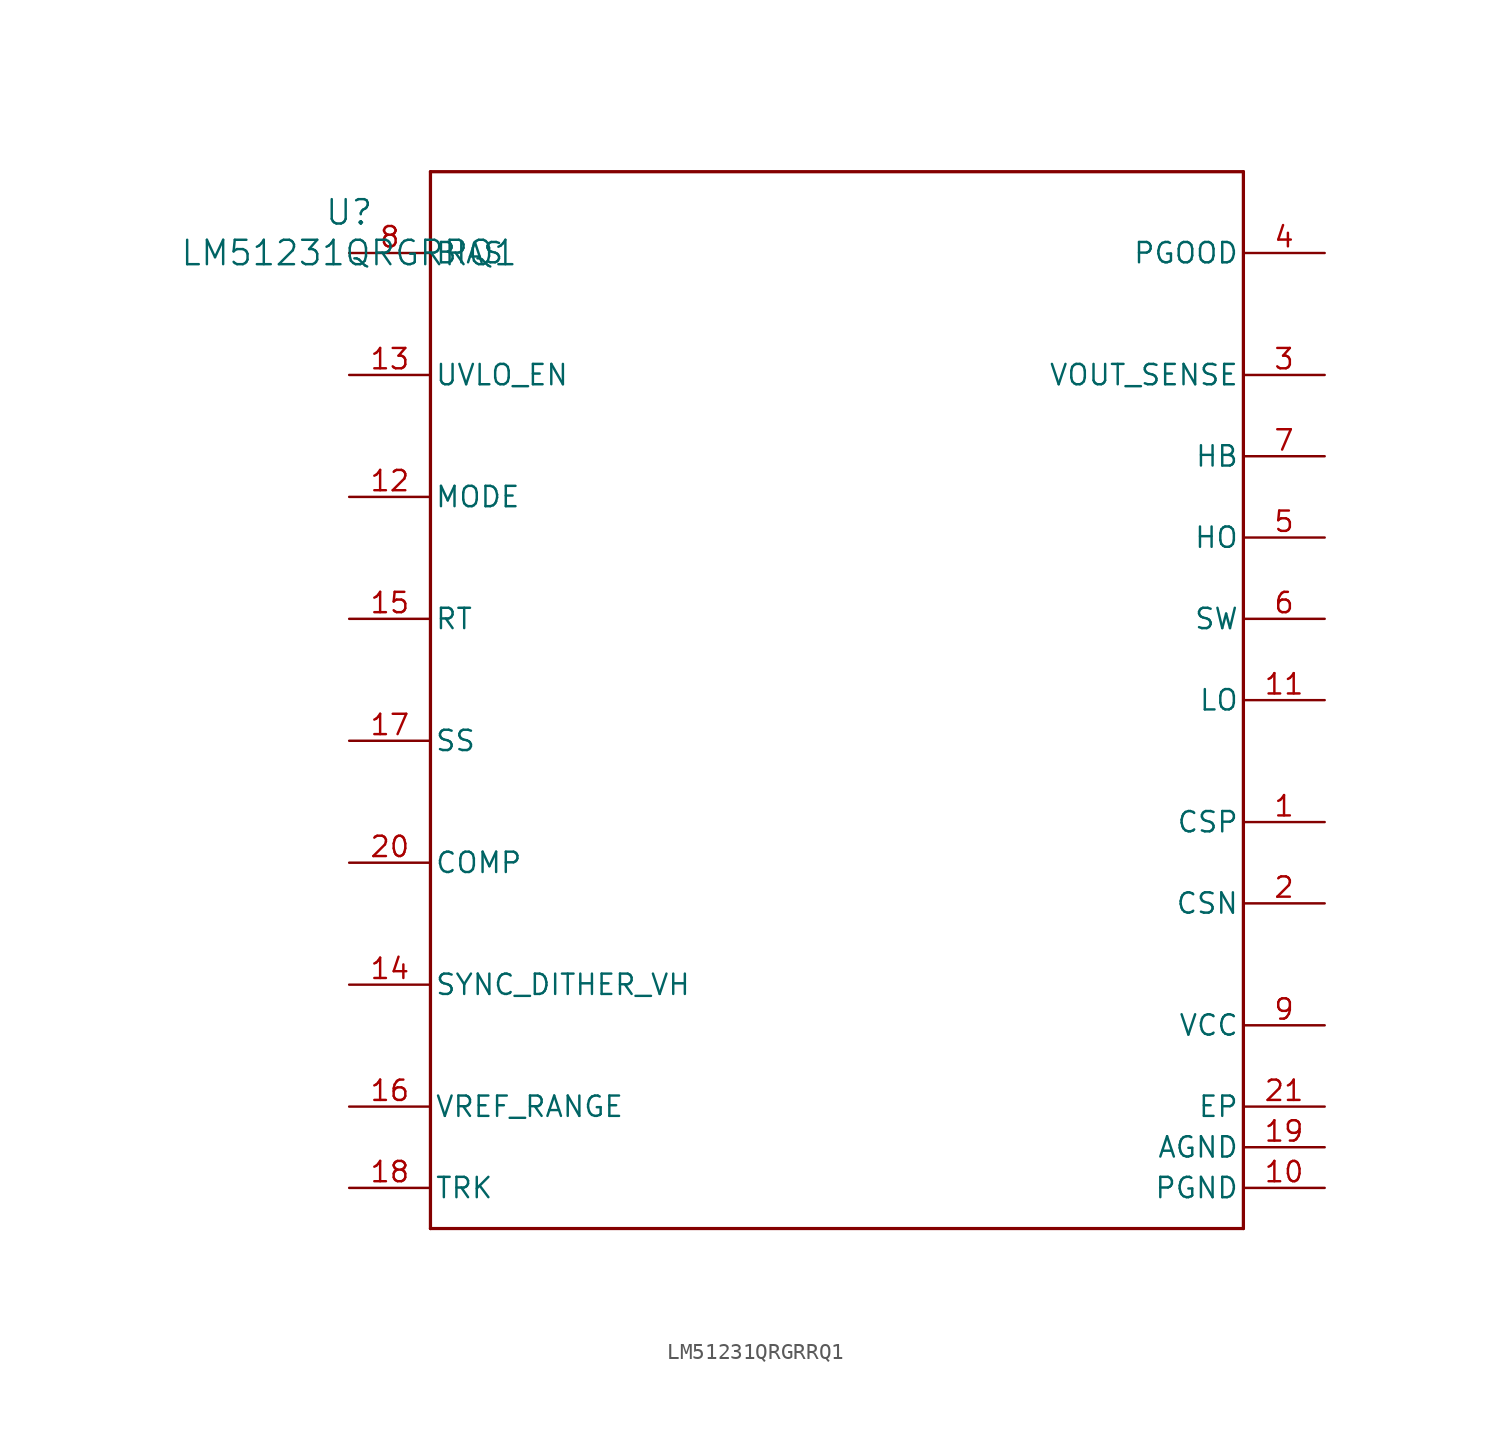
<source format=kicad_sym>
(kicad_symbol_lib
  (version 20211014)
  (generator kicad_symbol_editor)
  (symbol "LM51231QRGRRQ1"
    (pin_names
      (offset 0.254))
    (property "Reference" "U"
      (at 0 2.54 0)
      (effects (font (size 1.524 1.524))))
    (property "Value" "LM51231QRGRRQ1"
      (at 0 0 0)
      (effects (font (size 1.524 1.524))))
    (symbol "LM51231QRGRRQ1_0_1"
      (polyline (pts (xy 5.08 -60.96) (xy 55.88 -60.96)) (stroke (width 0.203) (type default) (color 0 0 0 0)) (fill (type none)))
      (polyline (pts (xy 55.88 -60.96) (xy 55.88 5.08)) (stroke (width 0.203) (type default) (color 0 0 0 0)) (fill (type none)))
      (polyline (pts (xy 55.88 5.08) (xy 5.08 5.08)) (stroke (width 0.203) (type default) (color 0 0 0 0)) (fill (type none)))
      (polyline (pts (xy 5.08 5.08) (xy 5.08 -60.96)) (stroke (width 0.203) (type default) (color 0 0 0 0)) (fill (type none)))
      (pin unspecified line (at 60.96 -35.56 180) (length 5.08) (name "CSP" (effects (font (size 1.27 1.27)))) (number "1" (effects (font (size 1.27 1.27)))))
      (pin unspecified line (at 60.96 -40.64 180) (length 5.08) (name "CSN" (effects (font (size 1.27 1.27)))) (number "2" (effects (font (size 1.27 1.27)))))
      (pin power_in line (at 60.96 -7.62 180) (length 5.08) (name "VOUT_SENSE" (effects (font (size 1.27 1.27)))) (number "3" (effects (font (size 1.27 1.27)))))
      (pin open_collector line (at 60.96 0 180) (length 5.08) (name "PGOOD" (effects (font (size 1.27 1.27)))) (number "4" (effects (font (size 1.27 1.27)))))
      (pin output line (at 60.96 -17.78 180) (length 5.08) (name "HO" (effects (font (size 1.27 1.27)))) (number "5" (effects (font (size 1.27 1.27)))))
      (pin unspecified line (at 60.96 -22.86 180) (length 5.08) (name "SW" (effects (font (size 1.27 1.27)))) (number "6" (effects (font (size 1.27 1.27)))))
      (pin unspecified line (at 60.96 -12.7 180) (length 5.08) (name "HB" (effects (font (size 1.27 1.27)))) (number "7" (effects (font (size 1.27 1.27)))))
      (pin unspecified line (at 0 0 0) (length 5.08) (name "BIAS" (effects (font (size 1.27 1.27)))) (number "8" (effects (font (size 1.27 1.27)))))
      (pin power_in line (at 60.96 -48.26 180) (length 5.08) (name "VCC" (effects (font (size 1.27 1.27)))) (number "9" (effects (font (size 1.27 1.27)))))
      (pin power_in line (at 60.96 -58.42 180) (length 5.08) (name "PGND" (effects (font (size 1.27 1.27)))) (number "10" (effects (font (size 1.27 1.27)))))
      (pin output line (at 60.96 -27.94 180) (length 5.08) (name "LO" (effects (font (size 1.27 1.27)))) (number "11" (effects (font (size 1.27 1.27)))))
      (pin unspecified line (at 0 -15.24 0) (length 5.08) (name "MODE" (effects (font (size 1.27 1.27)))) (number "12" (effects (font (size 1.27 1.27)))))
      (pin input line (at 0 -7.62 0) (length 5.08) (name "UVLO_EN" (effects (font (size 1.27 1.27)))) (number "13" (effects (font (size 1.27 1.27)))))
      (pin unspecified line (at 0 -45.72 0) (length 5.08) (name "SYNC_DITHER_VH" (effects (font (size 1.27 1.27)))) (number "14" (effects (font (size 1.27 1.27)))))
      (pin unspecified line (at 0 -22.86 0) (length 5.08) (name "RT" (effects (font (size 1.27 1.27)))) (number "15" (effects (font (size 1.27 1.27)))))
      (pin unspecified line (at 0 -53.34 0) (length 5.08) (name "VREF_RANGE" (effects (font (size 1.27 1.27)))) (number "16" (effects (font (size 1.27 1.27)))))
      (pin unspecified line (at 0 -30.48 0) (length 5.08) (name "SS" (effects (font (size 1.27 1.27)))) (number "17" (effects (font (size 1.27 1.27)))))
      (pin unspecified line (at 0 -58.42 0) (length 5.08) (name "TRK" (effects (font (size 1.27 1.27)))) (number "18" (effects (font (size 1.27 1.27)))))
      (pin power_in line (at 60.96 -55.88 180) (length 5.08) (name "AGND" (effects (font (size 1.27 1.27)))) (number "19" (effects (font (size 1.27 1.27)))))
      (pin unspecified line (at 0 -38.1 0) (length 5.08) (name "COMP" (effects (font (size 1.27 1.27)))) (number "20" (effects (font (size 1.27 1.27)))))
      (pin unspecified line (at 60.96 -53.34 180) (length 5.08) (name "EP" (effects (font (size 1.27 1.27)))) (number "21" (effects (font (size 1.27 1.27))))))))
</source>
